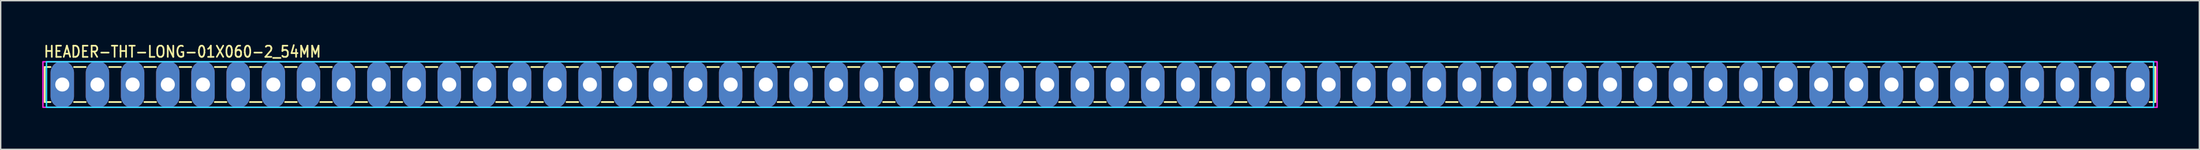
<source format=kicad_pcb>
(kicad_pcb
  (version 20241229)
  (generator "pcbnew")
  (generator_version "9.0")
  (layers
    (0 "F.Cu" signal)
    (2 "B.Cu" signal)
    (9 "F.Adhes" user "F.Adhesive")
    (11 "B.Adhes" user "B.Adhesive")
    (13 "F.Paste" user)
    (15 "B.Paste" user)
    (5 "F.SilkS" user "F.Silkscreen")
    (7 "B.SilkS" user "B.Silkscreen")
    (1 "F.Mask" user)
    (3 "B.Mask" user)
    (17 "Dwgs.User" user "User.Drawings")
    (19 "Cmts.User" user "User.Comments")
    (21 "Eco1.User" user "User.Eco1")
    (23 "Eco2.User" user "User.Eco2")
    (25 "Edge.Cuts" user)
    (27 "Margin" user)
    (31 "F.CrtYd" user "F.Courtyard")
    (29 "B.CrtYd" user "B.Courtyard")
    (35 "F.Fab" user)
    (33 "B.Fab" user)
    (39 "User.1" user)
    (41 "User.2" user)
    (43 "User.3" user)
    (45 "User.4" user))
  (footprint "HEADER-THT-LONG-01X060-2_54MM"
    (layer "F.Cu")
    (at 1.447 3.079)
    (property "Reference" "HEADER-THT-LONG-01X060-2_54MM" (at -1.4 -1.9 0) (unlocked yes) (layer "F.SilkS") (effects (font (size 0.813 0.695) (thickness 0.122)) (justify left bottom)))
    (fp_line (start -1.27 -1.27) (end -1.27 1.27) (stroke (width 0.127) (type solid)) (layer "F.SilkS"))
    (fp_line (start -1.27 1.27) (end -0.85 1.27) (stroke (width 0.127) (type solid)) (layer "F.SilkS"))
    (fp_line (start -0.85 -1.27) (end -1.27 -1.27) (stroke (width 0.127) (type solid)) (layer "F.SilkS"))
    (fp_line (start 0.85 -1.27) (end 1.69 -1.27) (stroke (width 0.127) (type solid)) (layer "F.SilkS"))
    (fp_line (start 0.85 1.27) (end 1.69 1.27) (stroke (width 0.127) (type solid)) (layer "F.SilkS"))
    (fp_line (start 3.39 -1.27) (end 4.23 -1.27) (stroke (width 0.127) (type solid)) (layer "F.SilkS"))
    (fp_line (start 3.39 1.27) (end 4.23 1.27) (stroke (width 0.127) (type solid)) (layer "F.SilkS"))
    (fp_line (start 5.93 -1.27) (end 6.77 -1.27) (stroke (width 0.127) (type solid)) (layer "F.SilkS"))
    (fp_line (start 5.93 1.27) (end 6.77 1.27) (stroke (width 0.127) (type solid)) (layer "F.SilkS"))
    (fp_line (start 8.47 -1.27) (end 9.31 -1.27) (stroke (width 0.127) (type solid)) (layer "F.SilkS"))
    (fp_line (start 8.47 1.27) (end 9.31 1.27) (stroke (width 0.127) (type solid)) (layer "F.SilkS"))
    (fp_line (start 11.01 -1.27) (end 11.85 -1.27) (stroke (width 0.127) (type solid)) (layer "F.SilkS"))
    (fp_line (start 11.01 1.27) (end 11.85 1.27) (stroke (width 0.127) (type solid)) (layer "F.SilkS"))
    (fp_line (start 13.55 -1.27) (end 14.39 -1.27) (stroke (width 0.127) (type solid)) (layer "F.SilkS"))
    (fp_line (start 13.55 1.27) (end 14.39 1.27) (stroke (width 0.127) (type solid)) (layer "F.SilkS"))
    (fp_line (start 16.09 -1.27) (end 16.93 -1.27) (stroke (width 0.127) (type solid)) (layer "F.SilkS"))
    (fp_line (start 16.09 1.27) (end 16.93 1.27) (stroke (width 0.127) (type solid)) (layer "F.SilkS"))
    (fp_line (start 18.63 -1.27) (end 19.47 -1.27) (stroke (width 0.127) (type solid)) (layer "F.SilkS"))
    (fp_line (start 18.63 1.27) (end 19.47 1.27) (stroke (width 0.127) (type solid)) (layer "F.SilkS"))
    (fp_line (start 21.17 -1.27) (end 22.01 -1.27) (stroke (width 0.127) (type solid)) (layer "F.SilkS"))
    (fp_line (start 21.17 1.27) (end 22.01 1.27) (stroke (width 0.127) (type solid)) (layer "F.SilkS"))
    (fp_line (start 23.71 -1.27) (end 24.55 -1.27) (stroke (width 0.127) (type solid)) (layer "F.SilkS"))
    (fp_line (start 23.71 1.27) (end 24.55 1.27) (stroke (width 0.127) (type solid)) (layer "F.SilkS"))
    (fp_line (start 26.25 -1.27) (end 27.09 -1.27) (stroke (width 0.127) (type solid)) (layer "F.SilkS"))
    (fp_line (start 26.25 1.27) (end 27.09 1.27) (stroke (width 0.127) (type solid)) (layer "F.SilkS"))
    (fp_line (start 28.79 -1.27) (end 29.63 -1.27) (stroke (width 0.127) (type solid)) (layer "F.SilkS"))
    (fp_line (start 28.79 1.27) (end 29.63 1.27) (stroke (width 0.127) (type solid)) (layer "F.SilkS"))
    (fp_line (start 31.33 -1.27) (end 32.17 -1.27) (stroke (width 0.127) (type solid)) (layer "F.SilkS"))
    (fp_line (start 31.33 1.27) (end 32.17 1.27) (stroke (width 0.127) (type solid)) (layer "F.SilkS"))
    (fp_line (start 33.87 -1.27) (end 34.71 -1.27) (stroke (width 0.127) (type solid)) (layer "F.SilkS"))
    (fp_line (start 33.87 1.27) (end 34.71 1.27) (stroke (width 0.127) (type solid)) (layer "F.SilkS"))
    (fp_line (start 36.41 -1.27) (end 37.25 -1.27) (stroke (width 0.127) (type solid)) (layer "F.SilkS"))
    (fp_line (start 36.41 1.27) (end 37.25 1.27) (stroke (width 0.127) (type solid)) (layer "F.SilkS"))
    (fp_line (start 38.95 -1.27) (end 39.79 -1.27) (stroke (width 0.127) (type solid)) (layer "F.SilkS"))
    (fp_line (start 38.95 1.27) (end 39.79 1.27) (stroke (width 0.127) (type solid)) (layer "F.SilkS"))
    (fp_line (start 41.49 -1.27) (end 42.33 -1.27) (stroke (width 0.127) (type solid)) (layer "F.SilkS"))
    (fp_line (start 41.49 1.27) (end 42.33 1.27) (stroke (width 0.127) (type solid)) (layer "F.SilkS"))
    (fp_line (start 44.03 -1.27) (end 44.87 -1.27) (stroke (width 0.127) (type solid)) (layer "F.SilkS"))
    (fp_line (start 44.03 1.27) (end 44.87 1.27) (stroke (width 0.127) (type solid)) (layer "F.SilkS"))
    (fp_line (start 46.57 -1.27) (end 47.41 -1.27) (stroke (width 0.127) (type solid)) (layer "F.SilkS"))
    (fp_line (start 46.57 1.27) (end 47.41 1.27) (stroke (width 0.127) (type solid)) (layer "F.SilkS"))
    (fp_line (start 49.11 -1.27) (end 49.95 -1.27) (stroke (width 0.127) (type solid)) (layer "F.SilkS"))
    (fp_line (start 49.11 1.27) (end 49.95 1.27) (stroke (width 0.127) (type solid)) (layer "F.SilkS"))
    (fp_line (start 51.65 -1.27) (end 52.49 -1.27) (stroke (width 0.127) (type solid)) (layer "F.SilkS"))
    (fp_line (start 51.65 1.27) (end 52.49 1.27) (stroke (width 0.127) (type solid)) (layer "F.SilkS"))
    (fp_line (start 54.19 -1.27) (end 55.03 -1.27) (stroke (width 0.127) (type solid)) (layer "F.SilkS"))
    (fp_line (start 54.19 1.27) (end 55.03 1.27) (stroke (width 0.127) (type solid)) (layer "F.SilkS"))
    (fp_line (start 56.73 -1.27) (end 57.57 -1.27) (stroke (width 0.127) (type solid)) (layer "F.SilkS"))
    (fp_line (start 56.73 1.27) (end 57.57 1.27) (stroke (width 0.127) (type solid)) (layer "F.SilkS"))
    (fp_line (start 59.27 -1.27) (end 60.11 -1.27) (stroke (width 0.127) (type solid)) (layer "F.SilkS"))
    (fp_line (start 59.27 1.27) (end 60.11 1.27) (stroke (width 0.127) (type solid)) (layer "F.SilkS"))
    (fp_line (start 61.81 -1.27) (end 62.65 -1.27) (stroke (width 0.127) (type solid)) (layer "F.SilkS"))
    (fp_line (start 61.81 1.27) (end 62.65 1.27) (stroke (width 0.127) (type solid)) (layer "F.SilkS"))
    (fp_line (start 64.35 -1.27) (end 65.19 -1.27) (stroke (width 0.127) (type solid)) (layer "F.SilkS"))
    (fp_line (start 64.35 1.27) (end 65.19 1.27) (stroke (width 0.127) (type solid)) (layer "F.SilkS"))
    (fp_line (start 66.89 -1.27) (end 67.73 -1.27) (stroke (width 0.127) (type solid)) (layer "F.SilkS"))
    (fp_line (start 66.89 1.27) (end 67.73 1.27) (stroke (width 0.127) (type solid)) (layer "F.SilkS"))
    (fp_line (start 69.43 -1.27) (end 70.27 -1.27) (stroke (width 0.127) (type solid)) (layer "F.SilkS"))
    (fp_line (start 69.43 1.27) (end 70.27 1.27) (stroke (width 0.127) (type solid)) (layer "F.SilkS"))
    (fp_line (start 71.97 -1.27) (end 72.81 -1.27) (stroke (width 0.127) (type solid)) (layer "F.SilkS"))
    (fp_line (start 71.97 1.27) (end 72.81 1.27) (stroke (width 0.127) (type solid)) (layer "F.SilkS"))
    (fp_line (start 74.51 -1.27) (end 75.35 -1.27) (stroke (width 0.127) (type solid)) (layer "F.SilkS"))
    (fp_line (start 74.51 1.27) (end 75.35 1.27) (stroke (width 0.127) (type solid)) (layer "F.SilkS"))
    (fp_line (start 77.05 -1.27) (end 77.89 -1.27) (stroke (width 0.127) (type solid)) (layer "F.SilkS"))
    (fp_line (start 77.05 1.27) (end 77.89 1.27) (stroke (width 0.127) (type solid)) (layer "F.SilkS"))
    (fp_line (start 79.59 -1.27) (end 80.43 -1.27) (stroke (width 0.127) (type solid)) (layer "F.SilkS"))
    (fp_line (start 79.59 1.27) (end 80.43 1.27) (stroke (width 0.127) (type solid)) (layer "F.SilkS"))
    (fp_line (start 82.13 -1.27) (end 82.97 -1.27) (stroke (width 0.127) (type solid)) (layer "F.SilkS"))
    (fp_line (start 82.13 1.27) (end 82.97 1.27) (stroke (width 0.127) (type solid)) (layer "F.SilkS"))
    (fp_line (start 84.67 -1.27) (end 85.51 -1.27) (stroke (width 0.127) (type solid)) (layer "F.SilkS"))
    (fp_line (start 84.67 1.27) (end 85.51 1.27) (stroke (width 0.127) (type solid)) (layer "F.SilkS"))
    (fp_line (start 87.21 -1.27) (end 88.05 -1.27) (stroke (width 0.127) (type solid)) (layer "F.SilkS"))
    (fp_line (start 87.21 1.27) (end 88.05 1.27) (stroke (width 0.127) (type solid)) (layer "F.SilkS"))
    (fp_line (start 89.75 -1.27) (end 90.59 -1.27) (stroke (width 0.127) (type solid)) (layer "F.SilkS"))
    (fp_line (start 89.75 1.27) (end 90.59 1.27) (stroke (width 0.127) (type solid)) (layer "F.SilkS"))
    (fp_line (start 92.29 -1.27) (end 93.13 -1.27) (stroke (width 0.127) (type solid)) (layer "F.SilkS"))
    (fp_line (start 92.29 1.27) (end 93.13 1.27) (stroke (width 0.127) (type solid)) (layer "F.SilkS"))
    (fp_line (start 94.83 -1.27) (end 95.67 -1.27) (stroke (width 0.127) (type solid)) (layer "F.SilkS"))
    (fp_line (start 94.83 1.27) (end 95.67 1.27) (stroke (width 0.127) (type solid)) (layer "F.SilkS"))
    (fp_line (start 97.37 -1.27) (end 98.21 -1.27) (stroke (width 0.127) (type solid)) (layer "F.SilkS"))
    (fp_line (start 97.37 1.27) (end 98.21 1.27) (stroke (width 0.127) (type solid)) (layer "F.SilkS"))
    (fp_line (start 99.91 -1.27) (end 100.75 -1.27) (stroke (width 0.127) (type solid)) (layer "F.SilkS"))
    (fp_line (start 99.91 1.27) (end 100.75 1.27) (stroke (width 0.127) (type solid)) (layer "F.SilkS"))
    (fp_line (start 102.45 -1.27) (end 103.29 -1.27) (stroke (width 0.127) (type solid)) (layer "F.SilkS"))
    (fp_line (start 102.45 1.27) (end 103.29 1.27) (stroke (width 0.127) (type solid)) (layer "F.SilkS"))
    (fp_line (start 104.99 -1.27) (end 105.83 -1.27) (stroke (width 0.127) (type solid)) (layer "F.SilkS"))
    (fp_line (start 104.99 1.27) (end 105.83 1.27) (stroke (width 0.127) (type solid)) (layer "F.SilkS"))
    (fp_line (start 107.53 -1.27) (end 108.37 -1.27) (stroke (width 0.127) (type solid)) (layer "F.SilkS"))
    (fp_line (start 107.53 1.27) (end 108.37 1.27) (stroke (width 0.127) (type solid)) (layer "F.SilkS"))
    (fp_line (start 110.07 -1.27) (end 110.91 -1.27) (stroke (width 0.127) (type solid)) (layer "F.SilkS"))
    (fp_line (start 110.07 1.27) (end 110.91 1.27) (stroke (width 0.127) (type solid)) (layer "F.SilkS"))
    (fp_line (start 112.61 -1.27) (end 113.45 -1.27) (stroke (width 0.127) (type solid)) (layer "F.SilkS"))
    (fp_line (start 112.61 1.27) (end 113.45 1.27) (stroke (width 0.127) (type solid)) (layer "F.SilkS"))
    (fp_line (start 115.15 -1.27) (end 115.99 -1.27) (stroke (width 0.127) (type solid)) (layer "F.SilkS"))
    (fp_line (start 115.15 1.27) (end 115.99 1.27) (stroke (width 0.127) (type solid)) (layer "F.SilkS"))
    (fp_line (start 117.69 -1.27) (end 118.53 -1.27) (stroke (width 0.127) (type solid)) (layer "F.SilkS"))
    (fp_line (start 117.69 1.27) (end 118.53 1.27) (stroke (width 0.127) (type solid)) (layer "F.SilkS"))
    (fp_line (start 120.23 -1.27) (end 121.07 -1.27) (stroke (width 0.127) (type solid)) (layer "F.SilkS"))
    (fp_line (start 120.23 1.27) (end 121.07 1.27) (stroke (width 0.127) (type solid)) (layer "F.SilkS"))
    (fp_line (start 122.77 -1.27) (end 123.61 -1.27) (stroke (width 0.127) (type solid)) (layer "F.SilkS"))
    (fp_line (start 122.77 1.27) (end 123.61 1.27) (stroke (width 0.127) (type solid)) (layer "F.SilkS"))
    (fp_line (start 125.31 -1.27) (end 126.15 -1.27) (stroke (width 0.127) (type solid)) (layer "F.SilkS"))
    (fp_line (start 125.31 1.27) (end 126.15 1.27) (stroke (width 0.127) (type solid)) (layer "F.SilkS"))
    (fp_line (start 127.85 -1.27) (end 128.69 -1.27) (stroke (width 0.127) (type solid)) (layer "F.SilkS"))
    (fp_line (start 127.85 1.27) (end 128.69 1.27) (stroke (width 0.127) (type solid)) (layer "F.SilkS"))
    (fp_line (start 130.39 -1.27) (end 131.23 -1.27) (stroke (width 0.127) (type solid)) (layer "F.SilkS"))
    (fp_line (start 130.39 1.27) (end 131.23 1.27) (stroke (width 0.127) (type solid)) (layer "F.SilkS"))
    (fp_line (start 132.93 -1.27) (end 133.77 -1.27) (stroke (width 0.127) (type solid)) (layer "F.SilkS"))
    (fp_line (start 132.93 1.27) (end 133.77 1.27) (stroke (width 0.127) (type solid)) (layer "F.SilkS"))
    (fp_line (start 135.47 -1.27) (end 136.31 -1.27) (stroke (width 0.127) (type solid)) (layer "F.SilkS"))
    (fp_line (start 135.47 1.27) (end 136.31 1.27) (stroke (width 0.127) (type solid)) (layer "F.SilkS"))
    (fp_line (start 138.01 -1.27) (end 138.85 -1.27) (stroke (width 0.127) (type solid)) (layer "F.SilkS"))
    (fp_line (start 138.01 1.27) (end 138.85 1.27) (stroke (width 0.127) (type solid)) (layer "F.SilkS"))
    (fp_line (start 140.55 -1.27) (end 141.39 -1.27) (stroke (width 0.127) (type solid)) (layer "F.SilkS"))
    (fp_line (start 140.55 1.27) (end 141.39 1.27) (stroke (width 0.127) (type solid)) (layer "F.SilkS"))
    (fp_line (start 143.09 -1.27) (end 143.93 -1.27) (stroke (width 0.127) (type solid)) (layer "F.SilkS"))
    (fp_line (start 143.09 1.27) (end 143.93 1.27) (stroke (width 0.127) (type solid)) (layer "F.SilkS"))
    (fp_line (start 145.63 -1.27) (end 146.47 -1.27) (stroke (width 0.127) (type solid)) (layer "F.SilkS"))
    (fp_line (start 145.63 1.27) (end 146.47 1.27) (stroke (width 0.127) (type solid)) (layer "F.SilkS"))
    (fp_line (start 148.17 -1.27) (end 149.01 -1.27) (stroke (width 0.127) (type solid)) (layer "F.SilkS"))
    (fp_line (start 148.17 1.27) (end 149.01 1.27) (stroke (width 0.127) (type solid)) (layer "F.SilkS"))
    (fp_line (start 150.71 -1.27) (end 151.13 -1.27) (stroke (width 0.127) (type solid)) (layer "F.SilkS"))
    (fp_line (start 151.13 -1.27) (end 151.13 1.27) (stroke (width 0.127) (type solid)) (layer "F.SilkS"))
    (fp_line (start 151.13 1.27) (end 150.71 1.27) (stroke (width 0.127) (type solid)) (layer "F.SilkS"))
    (fp_poly (pts (xy -1.143 -1.651) (xy 151.003 -1.651) (xy 151.003 1.651) (xy -1.143 1.651)) (stroke (width 0.1) (type solid)) (fill no) (layer "B.CrtYd"))
    (fp_poly (pts (xy -1.397 -1.651) (xy 151.257 -1.651) (xy 151.257 1.651) (xy -1.397 1.651)) (stroke (width 0.1) (type solid)) (fill no) (layer "F.CrtYd"))
    (pad "1" thru_hole oval (at 0 0 90) (size 3.387 1.693) (drill 1.016) (layers "*.Cu" "*.Mask"))
    (pad "2" thru_hole oval (at 2.54 0 90) (size 3.387 1.693) (drill 1.016) (layers "*.Cu" "*.Mask"))
    (pad "3" thru_hole oval (at 5.08 0 90) (size 3.387 1.693) (drill 1.016) (layers "*.Cu" "*.Mask"))
    (pad "4" thru_hole oval (at 7.62 0 90) (size 3.387 1.693) (drill 1.016) (layers "*.Cu" "*.Mask"))
    (pad "5" thru_hole oval (at 10.16 0 90) (size 3.387 1.693) (drill 1.016) (layers "*.Cu" "*.Mask"))
    (pad "6" thru_hole oval (at 12.7 0 90) (size 3.387 1.693) (drill 1.016) (layers "*.Cu" "*.Mask"))
    (pad "7" thru_hole oval (at 15.24 0 90) (size 3.387 1.693) (drill 1.016) (layers "*.Cu" "*.Mask"))
    (pad "8" thru_hole oval (at 17.78 0 90) (size 3.387 1.693) (drill 1.016) (layers "*.Cu" "*.Mask"))
    (pad "9" thru_hole oval (at 20.32 0 90) (size 3.387 1.693) (drill 1.016) (layers "*.Cu" "*.Mask"))
    (pad "10" thru_hole oval (at 22.86 0 90) (size 3.387 1.693) (drill 1.016) (layers "*.Cu" "*.Mask"))
    (pad "11" thru_hole oval (at 25.4 0 90) (size 3.387 1.693) (drill 1.016) (layers "*.Cu" "*.Mask"))
    (pad "12" thru_hole oval (at 27.94 0 90) (size 3.387 1.693) (drill 1.016) (layers "*.Cu" "*.Mask"))
    (pad "13" thru_hole oval (at 30.48 0 90) (size 3.387 1.693) (drill 1.016) (layers "*.Cu" "*.Mask"))
    (pad "14" thru_hole oval (at 33.02 0 90) (size 3.387 1.693) (drill 1.016) (layers "*.Cu" "*.Mask"))
    (pad "15" thru_hole oval (at 35.56 0 90) (size 3.387 1.693) (drill 1.016) (layers "*.Cu" "*.Mask"))
    (pad "16" thru_hole oval (at 38.1 0 90) (size 3.387 1.693) (drill 1.016) (layers "*.Cu" "*.Mask"))
    (pad "17" thru_hole oval (at 40.64 0 90) (size 3.387 1.693) (drill 1.016) (layers "*.Cu" "*.Mask"))
    (pad "18" thru_hole oval (at 43.18 0 90) (size 3.387 1.693) (drill 1.016) (layers "*.Cu" "*.Mask"))
    (pad "19" thru_hole oval (at 45.72 0 90) (size 3.387 1.693) (drill 1.016) (layers "*.Cu" "*.Mask"))
    (pad "20" thru_hole oval (at 48.26 0 90) (size 3.387 1.693) (drill 1.016) (layers "*.Cu" "*.Mask"))
    (pad "21" thru_hole oval (at 50.8 0 90) (size 3.387 1.693) (drill 1.016) (layers "*.Cu" "*.Mask"))
    (pad "22" thru_hole oval (at 53.34 0 90) (size 3.387 1.693) (drill 1.016) (layers "*.Cu" "*.Mask"))
    (pad "23" thru_hole oval (at 55.88 0 90) (size 3.387 1.693) (drill 1.016) (layers "*.Cu" "*.Mask"))
    (pad "24" thru_hole oval (at 58.42 0 90) (size 3.387 1.693) (drill 1.016) (layers "*.Cu" "*.Mask"))
    (pad "25" thru_hole oval (at 60.96 0 90) (size 3.387 1.693) (drill 1.016) (layers "*.Cu" "*.Mask"))
    (pad "26" thru_hole oval (at 63.5 0 90) (size 3.387 1.693) (drill 1.016) (layers "*.Cu" "*.Mask"))
    (pad "27" thru_hole oval (at 66.04 0 90) (size 3.387 1.693) (drill 1.016) (layers "*.Cu" "*.Mask"))
    (pad "28" thru_hole oval (at 68.58 0 90) (size 3.387 1.693) (drill 1.016) (layers "*.Cu" "*.Mask"))
    (pad "29" thru_hole oval (at 71.12 0 90) (size 3.387 1.693) (drill 1.016) (layers "*.Cu" "*.Mask"))
    (pad "30" thru_hole oval (at 73.66 0 90) (size 3.387 1.693) (drill 1.016) (layers "*.Cu" "*.Mask"))
    (pad "31" thru_hole oval (at 76.2 0 90) (size 3.387 1.693) (drill 1.016) (layers "*.Cu" "*.Mask"))
    (pad "32" thru_hole oval (at 78.74 0 90) (size 3.387 1.693) (drill 1.016) (layers "*.Cu" "*.Mask"))
    (pad "33" thru_hole oval (at 81.28 0 90) (size 3.387 1.693) (drill 1.016) (layers "*.Cu" "*.Mask"))
    (pad "34" thru_hole oval (at 83.82 0 90) (size 3.387 1.693) (drill 1.016) (layers "*.Cu" "*.Mask"))
    (pad "35" thru_hole oval (at 86.36 0 90) (size 3.387 1.693) (drill 1.016) (layers "*.Cu" "*.Mask"))
    (pad "36" thru_hole oval (at 88.9 0 90) (size 3.387 1.693) (drill 1.016) (layers "*.Cu" "*.Mask"))
    (pad "37" thru_hole oval (at 91.44 0 90) (size 3.387 1.693) (drill 1.016) (layers "*.Cu" "*.Mask"))
    (pad "38" thru_hole oval (at 93.98 0 90) (size 3.387 1.693) (drill 1.016) (layers "*.Cu" "*.Mask"))
    (pad "39" thru_hole oval (at 96.52 0 90) (size 3.387 1.693) (drill 1.016) (layers "*.Cu" "*.Mask"))
    (pad "40" thru_hole oval (at 99.06 0 90) (size 3.387 1.693) (drill 1.016) (layers "*.Cu" "*.Mask"))
    (pad "41" thru_hole oval (at 101.6 0 90) (size 3.387 1.693) (drill 1.016) (layers "*.Cu" "*.Mask"))
    (pad "42" thru_hole oval (at 104.14 0 90) (size 3.387 1.693) (drill 1.016) (layers "*.Cu" "*.Mask"))
    (pad "43" thru_hole oval (at 106.68 0 90) (size 3.387 1.693) (drill 1.016) (layers "*.Cu" "*.Mask"))
    (pad "44" thru_hole oval (at 109.22 0 90) (size 3.387 1.693) (drill 1.016) (layers "*.Cu" "*.Mask"))
    (pad "45" thru_hole oval (at 111.76 0 90) (size 3.387 1.693) (drill 1.016) (layers "*.Cu" "*.Mask"))
    (pad "46" thru_hole oval (at 114.3 0 90) (size 3.387 1.693) (drill 1.016) (layers "*.Cu" "*.Mask"))
    (pad "47" thru_hole oval (at 116.84 0 90) (size 3.387 1.693) (drill 1.016) (layers "*.Cu" "*.Mask"))
    (pad "48" thru_hole oval (at 119.38 0 90) (size 3.387 1.693) (drill 1.016) (layers "*.Cu" "*.Mask"))
    (pad "49" thru_hole oval (at 121.92 0 90) (size 3.387 1.693) (drill 1.016) (layers "*.Cu" "*.Mask"))
    (pad "50" thru_hole oval (at 124.46 0 90) (size 3.387 1.693) (drill 1.016) (layers "*.Cu" "*.Mask"))
    (pad "51" thru_hole oval (at 127 0 90) (size 3.387 1.693) (drill 1.016) (layers "*.Cu" "*.Mask"))
    (pad "52" thru_hole oval (at 129.54 0 90) (size 3.387 1.693) (drill 1.016) (layers "*.Cu" "*.Mask"))
    (pad "53" thru_hole oval (at 132.08 0 90) (size 3.387 1.693) (drill 1.016) (layers "*.Cu" "*.Mask"))
    (pad "54" thru_hole oval (at 134.62 0 90) (size 3.387 1.693) (drill 1.016) (layers "*.Cu" "*.Mask"))
    (pad "55" thru_hole oval (at 137.16 0 90) (size 3.387 1.693) (drill 1.016) (layers "*.Cu" "*.Mask"))
    (pad "56" thru_hole oval (at 139.7 0 90) (size 3.387 1.693) (drill 1.016) (layers "*.Cu" "*.Mask"))
    (pad "57" thru_hole oval (at 142.24 0 90) (size 3.387 1.693) (drill 1.016) (layers "*.Cu" "*.Mask"))
    (pad "58" thru_hole oval (at 144.78 0 90) (size 3.387 1.693) (drill 1.016) (layers "*.Cu" "*.Mask"))
    (pad "59" thru_hole oval (at 147.32 0 90) (size 3.387 1.693) (drill 1.016) (layers "*.Cu" "*.Mask"))
    (pad "60" thru_hole oval (at 149.86 0 90) (size 3.387 1.693) (drill 1.016) (layers "*.Cu" "*.Mask")))
  (gr_rect
    (start -3 -3)
    (end 155.754 7.78)
    (stroke (width 0.1) (type default))
    (fill no)
    (layer "Edge.Cuts")))
</source>
